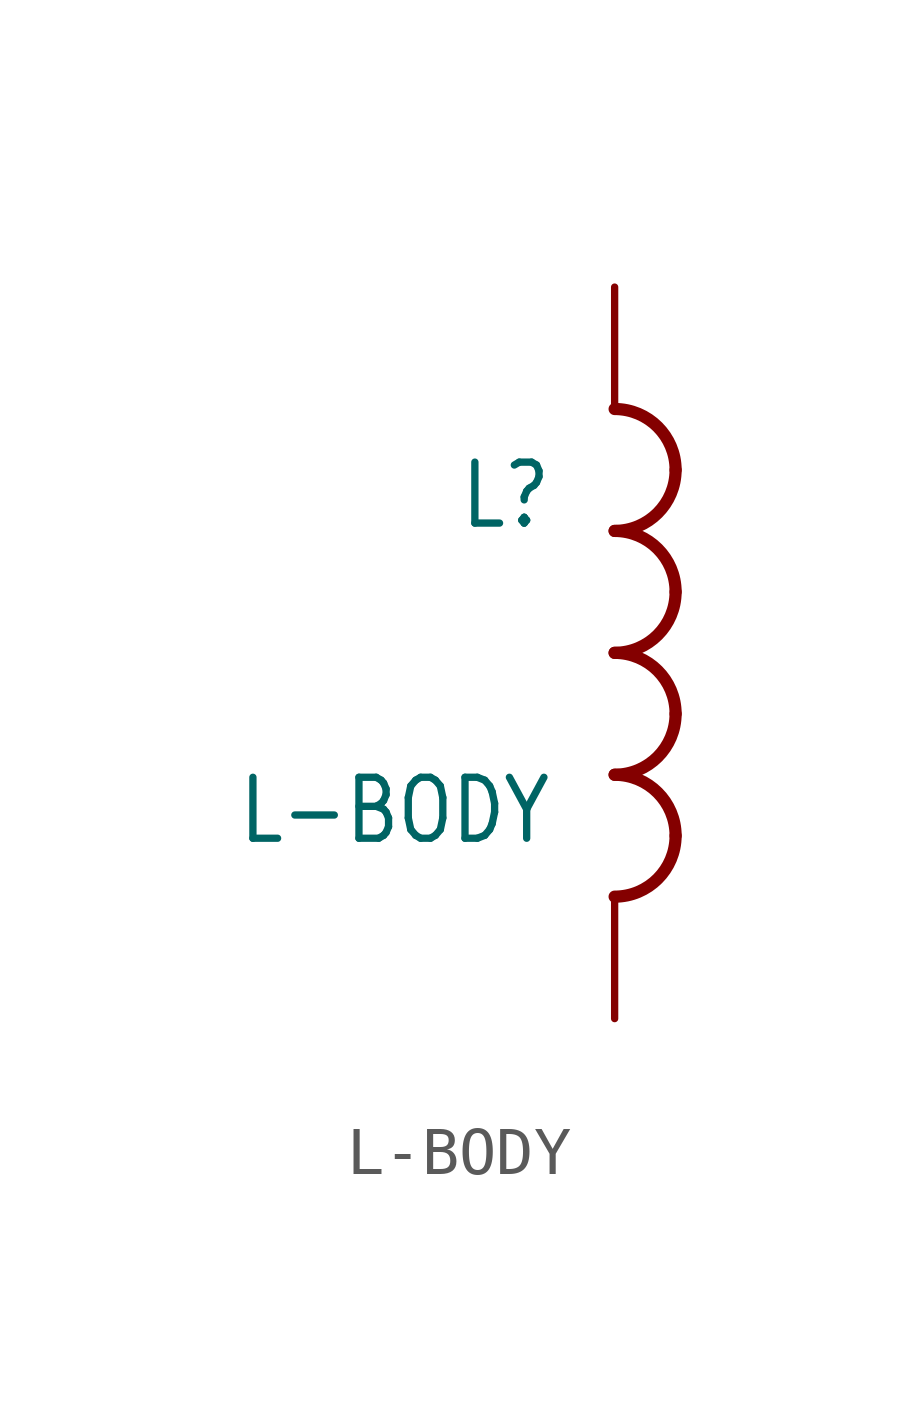
<source format=kicad_sym>
(kicad_symbol_lib
  (version 20201005)
  (generator kicad_symbol_editor)
  (symbol "L-BODY"
    (property "Reference" "L"
      (at -1.27 2.54 0)
      (effects (font (size 1.27 1.079)) (justify right bottom)))
    (property "Value" "L-BODY"
      (at -1.27 -2.54 0)
      (effects (font (size 1.27 1.079)) (justify right top)))
    (property "ki_locked" ""
      (at 0 0 0)
      (effects (font (size 1.27 1.27))))
    (symbol "L-BODY_1_0"
      (arc (start 1.27 -3.81) (end 0 -2.54) (radius (at 0 -3.81) (length 1.27) (angles 0 90)) (stroke (width 0.254)) (fill (type none)))
      (arc (start 0 -5.08) (end 1.27 -3.81) (radius (at 0 -3.81) (length 1.27) (angles -90 0)) (stroke (width 0.254)) (fill (type none)))
      (arc (start 1.27 -1.27) (end 0 0) (radius (at 0 -1.27) (length 1.27) (angles 0 90)) (stroke (width 0.254)) (fill (type none)))
      (arc (start 0 -2.54) (end 1.27 -1.27) (radius (at 0 -1.27) (length 1.27) (angles -90 0)) (stroke (width 0.254)) (fill (type none)))
      (arc (start 1.27 1.27) (end 0 2.54) (radius (at 0 1.27) (length 1.27) (angles 0 90)) (stroke (width 0.254)) (fill (type none)))
      (arc (start 0 0) (end 1.27 1.27) (radius (at 0 1.27) (length 1.27) (angles -90 0)) (stroke (width 0.254)) (fill (type none)))
      (arc (start 1.27 3.81) (end 0 5.08) (radius (at 0 3.81) (length 1.27) (angles 0 90)) (stroke (width 0.254)) (fill (type none)))
      (arc (start 0 2.54) (end 1.27 3.81) (radius (at 0 3.81) (length 1.27) (angles -90 0)) (stroke (width 0.254)) (fill (type none)))
      (pin passive line (at 0 7.62 270) (length 2.54) (name "1" (effects (font (size 0 0)))) (number "2" (effects (font (size 0 0)))))
      (pin passive line (at 0 -7.62 90) (length 2.54) (name "2" (effects (font (size 0 0)))) (number "3" (effects (font (size 0 0))))))))
</source>
